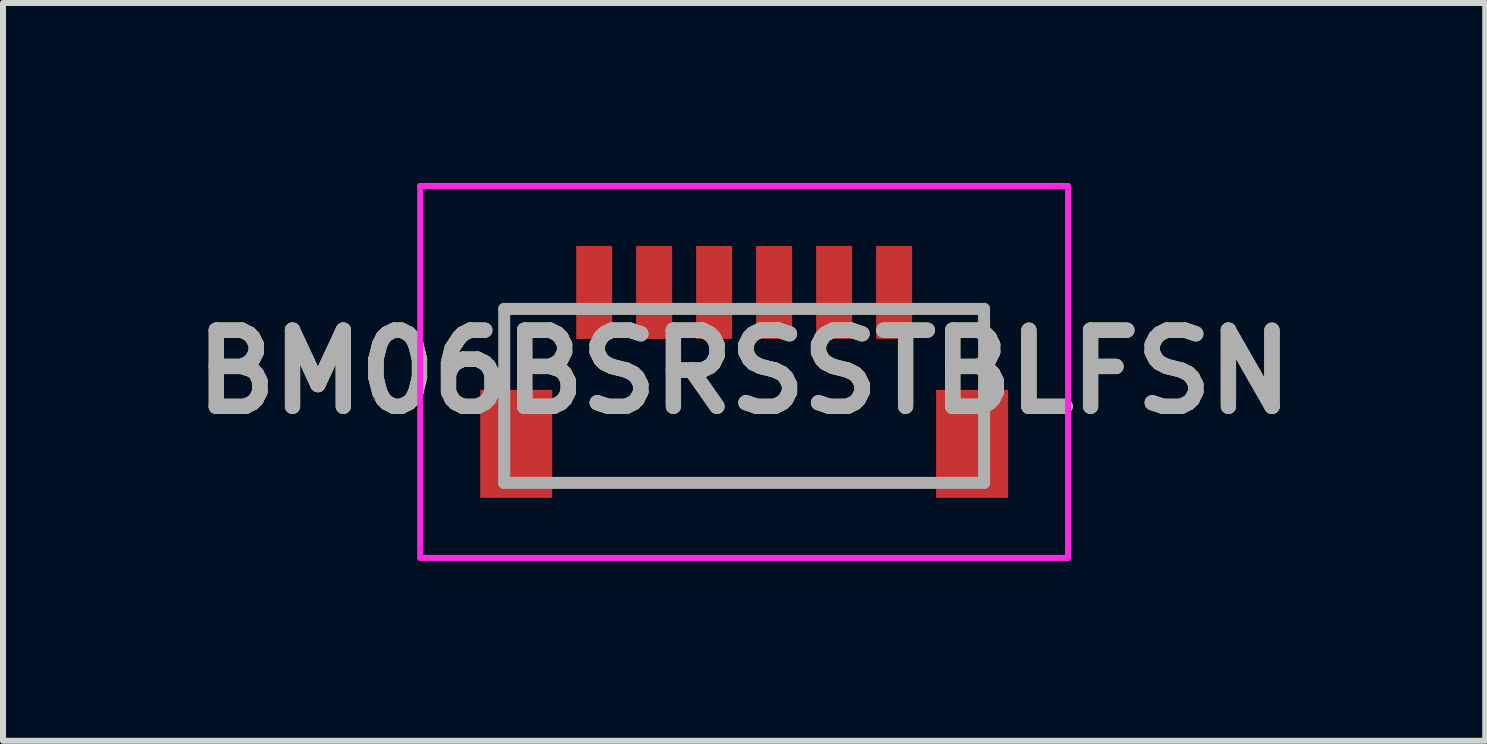
<source format=kicad_pcb>
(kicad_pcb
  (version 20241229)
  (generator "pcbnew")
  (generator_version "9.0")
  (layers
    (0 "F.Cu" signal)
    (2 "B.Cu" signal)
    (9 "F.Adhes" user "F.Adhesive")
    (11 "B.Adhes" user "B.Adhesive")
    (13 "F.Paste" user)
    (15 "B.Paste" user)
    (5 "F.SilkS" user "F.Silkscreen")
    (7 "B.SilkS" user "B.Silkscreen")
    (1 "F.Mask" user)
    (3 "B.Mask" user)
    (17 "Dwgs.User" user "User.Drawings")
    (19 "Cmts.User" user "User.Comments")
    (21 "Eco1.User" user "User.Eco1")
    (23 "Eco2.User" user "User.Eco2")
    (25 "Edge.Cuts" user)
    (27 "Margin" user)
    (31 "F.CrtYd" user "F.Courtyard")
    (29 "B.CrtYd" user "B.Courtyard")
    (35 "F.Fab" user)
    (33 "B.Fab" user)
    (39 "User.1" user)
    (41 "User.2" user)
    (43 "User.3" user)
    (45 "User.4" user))
  (footprint "BM06BSRSSTBLFSN"
    (layer "F.Cu")
    (at 9.356 3.413)
    (property "Reference" "BM06BSRSSTBLFSN" (at 0 -0.263 0) (layer "F.SilkS") (effects (font (size 1.27 1.27) (thickness 0.254))))
    (attr smd)
    (fp_line (start -4 -1.313) (end -4 -0.163) (stroke (width 0.1) (type solid)) (layer "F.SilkS"))
    (fp_line (start -3.2 -1.313) (end -4 -1.313) (stroke (width 0.1) (type solid)) (layer "F.SilkS"))
    (fp_line (start -3 1.587) (end 3 1.587) (stroke (width 0.1) (type solid)) (layer "F.SilkS"))
    (fp_line (start 3 -1.313) (end 4 -1.313) (stroke (width 0.1) (type solid)) (layer "F.SilkS"))
    (fp_line (start 4 -1.313) (end 4 -0.363) (stroke (width 0.1) (type solid)) (layer "F.SilkS"))
    (fp_line (start 4 -0.363) (end 4 -0.163) (stroke (width 0.1) (type solid)) (layer "F.SilkS"))
    (fp_line (start -5.4 -3.363) (end 5.4 -3.363) (stroke (width 0.1) (type solid)) (layer "F.CrtYd"))
    (fp_line (start -5.4 2.837) (end -5.4 -3.363) (stroke (width 0.1) (type solid)) (layer "F.CrtYd"))
    (fp_line (start 5.4 -3.363) (end 5.4 2.837) (stroke (width 0.1) (type solid)) (layer "F.CrtYd"))
    (fp_line (start 5.4 2.837) (end -5.4 2.837) (stroke (width 0.1) (type solid)) (layer "F.CrtYd"))
    (fp_line (start -4 -1.313) (end 4 -1.313) (stroke (width 0.2) (type solid)) (layer "F.Fab"))
    (fp_line (start -4 1.587) (end -4 -1.313) (stroke (width 0.2) (type solid)) (layer "F.Fab"))
    (fp_line (start 4 -1.313) (end 4 1.587) (stroke (width 0.2) (type solid)) (layer "F.Fab"))
    (fp_line (start 4 1.587) (end -4 1.587) (stroke (width 0.2) (type solid)) (layer "F.Fab"))
    (fp_text user "${REFERENCE}" (at 0 -0.263 0) (layer "F.Fab") (effects (font (size 1.27 1.27) (thickness 0.254))))
    (pad "1" smd rect (at -2.5 -1.588) (size 0.6 1.55) (layers "F.Cu" "F.Mask" "F.Paste"))
    (pad "2" smd rect (at -1.5 -1.588) (size 0.6 1.55) (layers "F.Cu" "F.Mask" "F.Paste"))
    (pad "3" smd rect (at -0.5 -1.588) (size 0.6 1.55) (layers "F.Cu" "F.Mask" "F.Paste"))
    (pad "4" smd rect (at 0.5 -1.588) (size 0.6 1.55) (layers "F.Cu" "F.Mask" "F.Paste"))
    (pad "5" smd rect (at 1.5 -1.588) (size 0.6 1.55) (layers "F.Cu" "F.Mask" "F.Paste"))
    (pad "6" smd rect (at 2.5 -1.588) (size 0.6 1.55) (layers "F.Cu" "F.Mask" "F.Paste"))
    (pad "7" smd rect (at -3.8 0.937) (size 1.2 1.8) (layers "F.Cu" "F.Mask" "F.Paste"))
    (pad "8" smd rect (at 3.8 0.937) (size 1.2 1.8) (layers "F.Cu" "F.Mask" "F.Paste")))
  (gr_rect
    (start -3 -3)
    (end 21.711 9.3)
    (stroke (width 0.1) (type default))
    (fill no)
    (layer "Edge.Cuts")))
</source>
